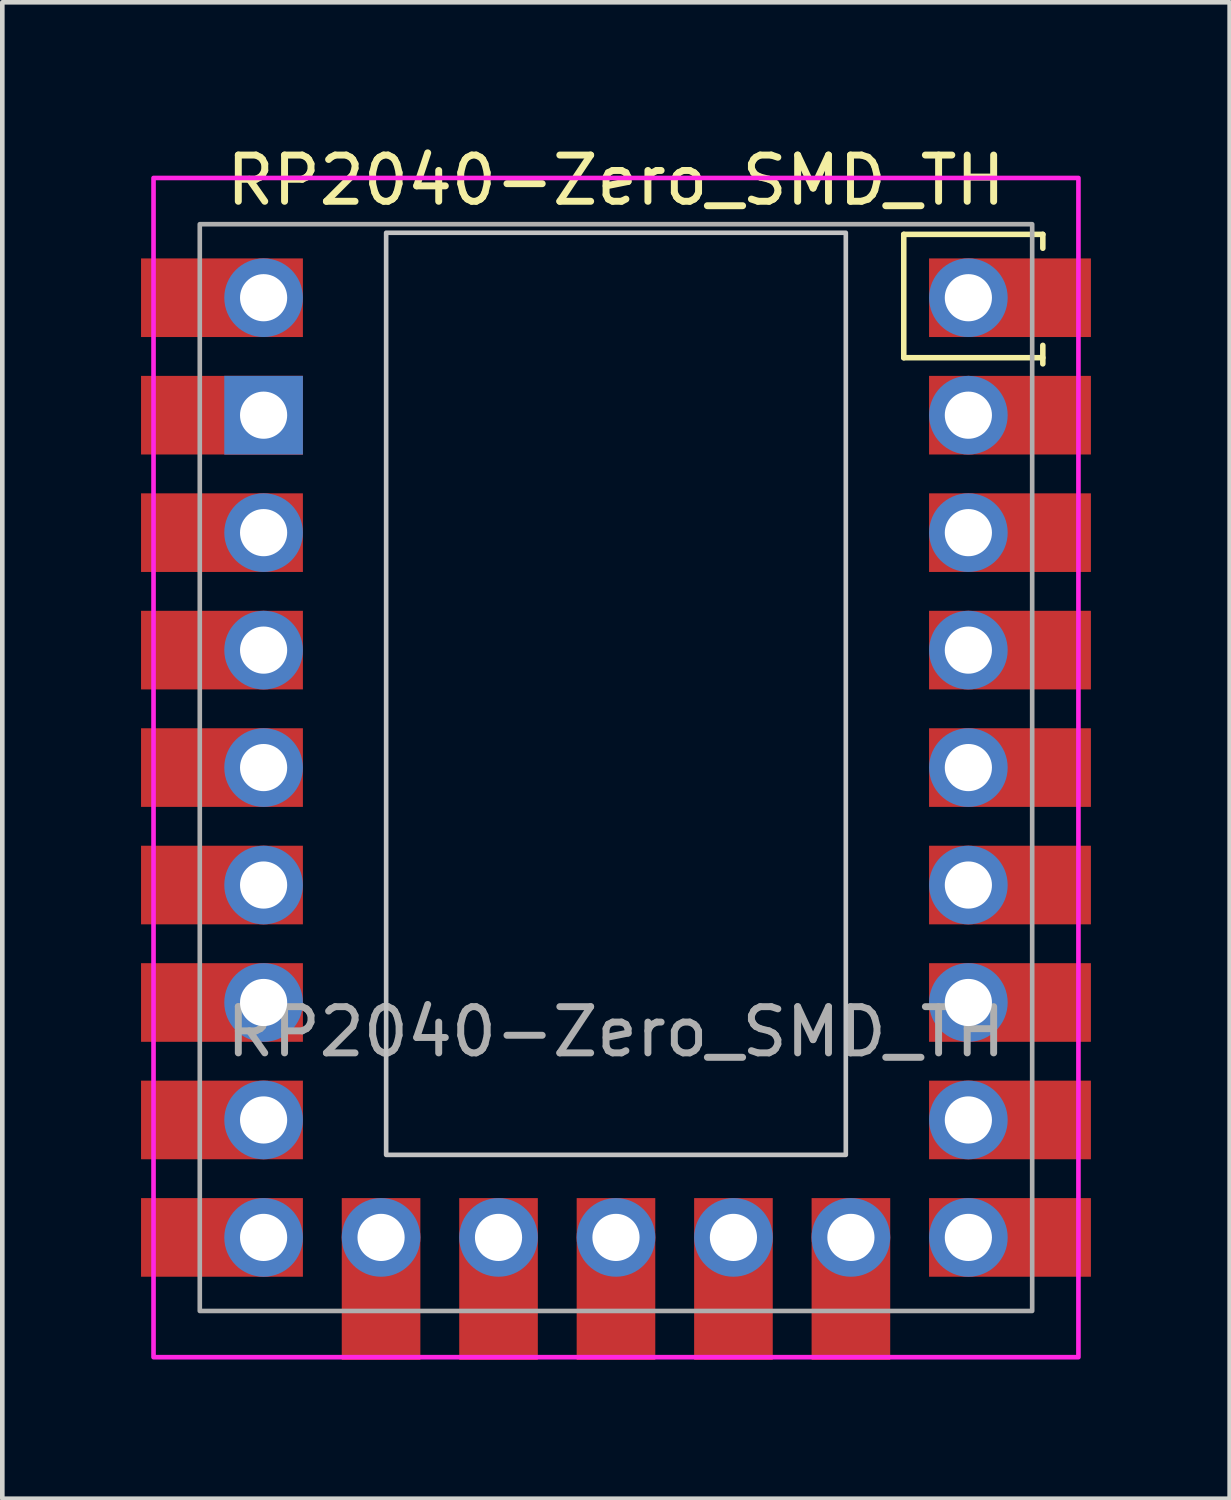
<source format=kicad_pcb>
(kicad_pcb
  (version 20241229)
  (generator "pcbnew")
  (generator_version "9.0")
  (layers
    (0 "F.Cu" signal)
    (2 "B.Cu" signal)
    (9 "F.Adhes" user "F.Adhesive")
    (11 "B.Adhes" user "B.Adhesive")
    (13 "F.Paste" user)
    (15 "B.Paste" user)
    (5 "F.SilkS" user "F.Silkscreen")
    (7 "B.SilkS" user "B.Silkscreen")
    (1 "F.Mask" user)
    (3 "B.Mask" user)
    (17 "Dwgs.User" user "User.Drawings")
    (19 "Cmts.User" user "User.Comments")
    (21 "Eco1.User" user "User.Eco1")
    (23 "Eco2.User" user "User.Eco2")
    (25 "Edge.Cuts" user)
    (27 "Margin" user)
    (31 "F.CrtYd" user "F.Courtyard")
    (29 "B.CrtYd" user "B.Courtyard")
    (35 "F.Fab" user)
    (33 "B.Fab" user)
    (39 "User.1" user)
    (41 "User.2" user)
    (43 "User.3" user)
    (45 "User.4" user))
  (footprint "RP2040-Zero_SMD_TH"
    (layer "F.Cu")
    (at 10.27 13.548)
    (property "Reference" "RP2040-Zero_SMD_TH" (at 0 -12.7 0) (layer "F.SilkS") (effects (font (size 1 1) (thickness 0.15))))
    (attr through_hole)
    (fp_line (start 6.223 -8.863) (end 6.223 -11.53) (stroke (width 0.12) (type solid)) (layer "F.SilkS"))
    (fp_line (start 9.23 -11.53) (end 6.223 -11.53) (stroke (width 0.12) (type solid)) (layer "F.SilkS"))
    (fp_line (start 9.23 -11.53) (end 9.23 -11.23) (stroke (width 0.12) (type solid)) (layer "F.SilkS"))
    (fp_line (start 9.23 -9.13) (end 9.23 -8.73) (stroke (width 0.12) (type solid)) (layer "F.SilkS"))
    (fp_line (start 9.23 -8.863) (end 6.223 -8.863) (stroke (width 0.12) (type solid)) (layer "F.SilkS"))
    (fp_poly (pts (xy 4.97 8.375) (xy -4.97 8.375) (xy -4.97 -11.565) (xy 4.97 -11.565)) (stroke (width 0.1) (type solid)) (fill no) (layer "Dwgs.User"))
    (fp_rect (start -10 -12.75) (end 10 12.75) (stroke (width 0.1) (type default)) (fill no) (layer "F.CrtYd"))
    (fp_rect (start -9 -11.75) (end 9 11.75) (stroke (width 0.1) (type default)) (fill no) (layer "F.Fab"))
    (fp_text user "${REFERENCE}" (at 0 5.715 0) (layer "F.Fab") (effects (font (size 1 1) (thickness 0.15))))
    (pad "1" thru_hole circle (at 7.62 -10.16) (size 1.7 1.7) (drill 1.02) (layers "*.Cu" "*.Mask"))
    (pad "1" smd rect (at 7.62 -10.16) (size 3.5 1.7) (drill (offset 0.9 0)) (layers "F.Cu" "F.Mask"))
    (pad "2" thru_hole oval (at 7.62 -7.62) (size 1.7 1.7) (drill 1.02) (layers "*.Cu" "*.Mask"))
    (pad "2" smd rect (at 7.62 -7.62) (size 3.5 1.7) (drill (offset 0.9 0)) (layers "F.Cu" "F.Mask"))
    (pad "3" thru_hole circle (at 7.62 -5.08) (size 1.7 1.7) (drill 1.02) (layers "*.Cu" "*.Mask"))
    (pad "3" smd rect (at 7.62 -5.08) (size 3.5 1.7) (drill (offset 0.9 0)) (layers "F.Cu" "F.Mask"))
    (pad "4" thru_hole oval (at 7.62 -2.54) (size 1.7 1.7) (drill 1.02) (layers "*.Cu" "*.Mask"))
    (pad "4" smd rect (at 7.62 -2.54) (size 3.5 1.7) (drill (offset 0.9 0)) (layers "F.Cu" "F.Mask"))
    (pad "5" thru_hole oval (at 7.62 0) (size 1.7 1.7) (drill 1.02) (layers "*.Cu" "*.Mask"))
    (pad "5" smd rect (at 7.62 0) (size 3.5 1.7) (drill (offset 0.9 0)) (layers "F.Cu" "F.Mask"))
    (pad "6" thru_hole oval (at 7.62 2.54) (size 1.7 1.7) (drill 1.02) (layers "*.Cu" "*.Mask"))
    (pad "6" smd rect (at 7.62 2.54) (size 3.5 1.7) (drill (offset 0.9 0)) (layers "F.Cu" "F.Mask"))
    (pad "7" thru_hole oval (at 7.62 5.08) (size 1.7 1.7) (drill 1.02) (layers "*.Cu" "*.Mask"))
    (pad "7" smd rect (at 7.62 5.08) (size 3.5 1.7) (drill (offset 0.9 0)) (layers "F.Cu" "F.Mask"))
    (pad "8" thru_hole circle (at 7.62 7.62) (size 1.7 1.7) (drill 1.02) (layers "*.Cu" "*.Mask"))
    (pad "8" smd rect (at 7.62 7.62) (size 3.5 1.7) (drill (offset 0.9 0)) (layers "F.Cu" "F.Mask"))
    (pad "9" thru_hole oval (at 7.62 10.16) (size 1.7 1.7) (drill 1.02) (layers "*.Cu" "*.Mask"))
    (pad "9" smd rect (at 7.62 10.16) (size 3.5 1.7) (drill (offset 0.9 0)) (layers "F.Cu" "F.Mask"))
    (pad "10" thru_hole oval (at 5.08 10.16 270) (size 1.7 1.7) (drill 1.02) (layers "*.Cu" "*.Mask"))
    (pad "10" smd rect (at 5.08 10.16 270) (size 3.5 1.7) (drill (offset 0.9 0)) (layers "F.Cu" "F.Mask"))
    (pad "11" thru_hole oval (at 2.54 10.16 270) (size 1.7 1.7) (drill 1.02) (layers "*.Cu" "*.Mask"))
    (pad "11" smd rect (at 2.54 10.16 270) (size 3.5 1.7) (drill (offset 0.9 0)) (layers "F.Cu" "F.Mask"))
    (pad "12" thru_hole oval (at 0 10.16 270) (size 1.7 1.7) (drill 1.02) (layers "*.Cu" "*.Mask"))
    (pad "12" smd rect (at 0 10.16 270) (size 3.5 1.7) (drill (offset 0.9 0)) (layers "F.Cu" "F.Mask"))
    (pad "13" thru_hole circle (at -2.54 10.16 270) (size 1.7 1.7) (drill 1.02) (layers "*.Cu" "*.Mask"))
    (pad "13" smd rect (at -2.54 10.16 270) (size 3.5 1.7) (drill (offset 0.9 0)) (layers "F.Cu" "F.Mask"))
    (pad "14" thru_hole oval (at -5.08 10.16 270) (size 1.7 1.7) (drill 1.02) (layers "*.Cu" "*.Mask"))
    (pad "14" smd rect (at -5.08 10.16 270) (size 3.5 1.7) (drill (offset 0.9 0)) (layers "F.Cu" "F.Mask"))
    (pad "15" thru_hole oval (at -7.62 10.16) (size 1.7 1.7) (drill 1.02) (layers "*.Cu" "*.Mask"))
    (pad "15" smd rect (at -7.62 10.16) (size 3.5 1.7) (drill (offset -0.9 0)) (layers "F.Cu" "F.Mask"))
    (pad "16" thru_hole oval (at -7.62 7.62) (size 1.7 1.7) (drill 1.02) (layers "*.Cu" "*.Mask"))
    (pad "16" smd rect (at -7.62 7.62) (size 3.5 1.7) (drill (offset -0.9 0)) (layers "F.Cu" "F.Mask"))
    (pad "17" thru_hole oval (at -7.62 5.08) (size 1.7 1.7) (drill 1.02) (layers "*.Cu" "*.Mask"))
    (pad "17" smd rect (at -7.62 5.08) (size 3.5 1.7) (drill (offset -0.9 0)) (layers "F.Cu" "F.Mask"))
    (pad "18" thru_hole circle (at -7.62 2.54) (size 1.7 1.7) (drill 1.02) (layers "*.Cu" "*.Mask"))
    (pad "18" smd rect (at -7.62 2.54) (size 3.5 1.7) (drill (offset -0.9 0)) (layers "F.Cu" "F.Mask"))
    (pad "19" thru_hole oval (at -7.62 0) (size 1.7 1.7) (drill 1.02) (layers "*.Cu" "*.Mask"))
    (pad "19" smd rect (at -7.62 0) (size 3.5 1.7) (drill (offset -0.9 0)) (layers "F.Cu" "F.Mask"))
    (pad "20" thru_hole oval (at -7.62 -2.54) (size 1.7 1.7) (drill 1.02) (layers "*.Cu" "*.Mask"))
    (pad "20" smd rect (at -7.62 -2.54) (size 3.5 1.7) (drill (offset -0.9 0)) (layers "F.Cu" "F.Mask"))
    (pad "21" thru_hole oval (at -7.62 -5.08) (size 1.7 1.7) (drill 1.02) (layers "*.Cu" "*.Mask"))
    (pad "21" smd rect (at -7.62 -5.08) (size 3.5 1.7) (drill (offset -0.9 0)) (layers "F.Cu" "F.Mask"))
    (pad "22" thru_hole rect (at -7.62 -7.62) (size 1.7 1.7) (drill 1.02) (layers "*.Cu" "*.Mask"))
    (pad "22" smd rect (at -7.62 -7.62) (size 3.5 1.7) (drill (offset -0.9 0)) (layers "F.Cu" "F.Mask"))
    (pad "23" thru_hole circle (at -7.62 -10.16) (size 1.7 1.7) (drill 1.02) (layers "*.Cu" "*.Mask"))
    (pad "23" smd rect (at -7.62 -10.16) (size 3.5 1.7) (drill (offset -0.9 0)) (layers "F.Cu" "F.Mask")))
  (gr_rect
    (start -3 -3)
    (end 23.54 29.358)
    (stroke (width 0.1) (type default))
    (fill no)
    (layer "Edge.Cuts")))
</source>
